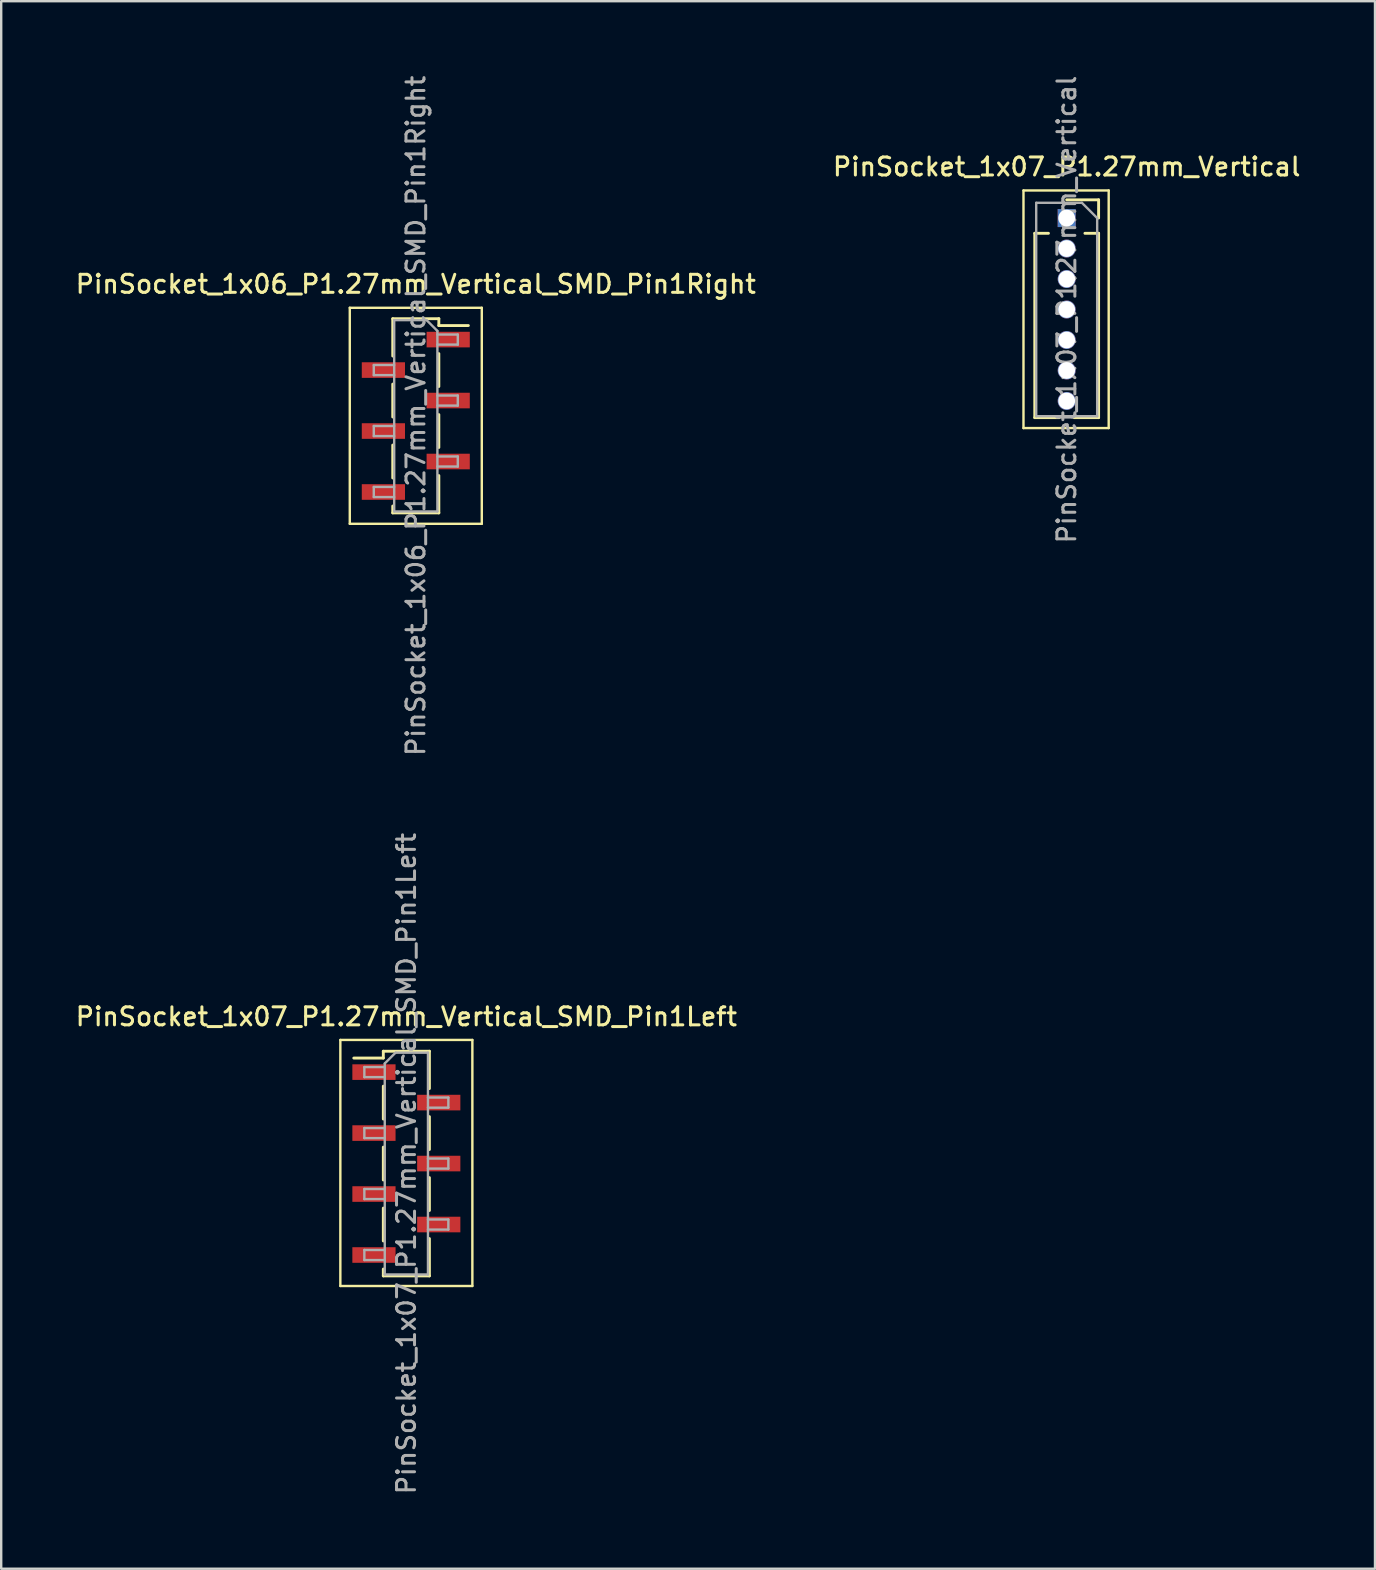
<source format=kicad_pcb>
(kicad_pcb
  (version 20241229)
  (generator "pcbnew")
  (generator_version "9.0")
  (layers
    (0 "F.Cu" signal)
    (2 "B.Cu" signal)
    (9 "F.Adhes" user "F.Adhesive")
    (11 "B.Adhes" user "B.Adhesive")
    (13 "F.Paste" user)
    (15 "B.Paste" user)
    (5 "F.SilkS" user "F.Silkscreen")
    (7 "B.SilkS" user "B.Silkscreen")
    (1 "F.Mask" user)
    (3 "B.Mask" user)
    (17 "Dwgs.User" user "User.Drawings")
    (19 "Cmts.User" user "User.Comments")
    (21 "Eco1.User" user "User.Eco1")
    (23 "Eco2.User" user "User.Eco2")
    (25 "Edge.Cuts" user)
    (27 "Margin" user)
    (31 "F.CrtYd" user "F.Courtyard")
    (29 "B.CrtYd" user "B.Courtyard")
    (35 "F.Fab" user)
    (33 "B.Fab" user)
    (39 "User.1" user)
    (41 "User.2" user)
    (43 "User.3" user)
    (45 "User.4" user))
  (footprint "PinSocket_1x06_P1.27mm_Vertical_SMD_Pin1Right"
    (layer "F.Cu")
    (at 14.273 14.273)
    (property "Reference" "PinSocket_1x06_P1.27mm_Vertical_SMD_Pin1Right" (at 0 -5.485 0) (layer "F.SilkS") (effects (font (size 0.75 0.75) (thickness 0.125))))
    (attr smd)
    (fp_line (start -2.75 -4.5) (end 2.75 -4.5) (stroke (width 0.1) (type solid)) (layer "F.SilkS"))
    (fp_line (start -2.75 4.5) (end -2.75 -4.5) (stroke (width 0.1) (type solid)) (layer "F.SilkS"))
    (fp_line (start -0.96 -4.045) (end -0.96 -2.49) (stroke (width 0.12) (type solid)) (layer "F.SilkS"))
    (fp_line (start -0.96 -4.045) (end 0.96 -4.045) (stroke (width 0.12) (type solid)) (layer "F.SilkS"))
    (fp_line (start -0.96 -1.32) (end -0.96 0.05) (stroke (width 0.12) (type solid)) (layer "F.SilkS"))
    (fp_line (start -0.96 1.22) (end -0.96 2.59) (stroke (width 0.12) (type solid)) (layer "F.SilkS"))
    (fp_line (start -0.96 3.76) (end -0.96 4.045) (stroke (width 0.12) (type solid)) (layer "F.SilkS"))
    (fp_line (start -0.96 4.045) (end 0.96 4.045) (stroke (width 0.12) (type solid)) (layer "F.SilkS"))
    (fp_line (start 0.96 -4.045) (end 0.96 -3.76) (stroke (width 0.12) (type solid)) (layer "F.SilkS"))
    (fp_line (start 0.96 -3.76) (end 2.19 -3.76) (stroke (width 0.12) (type solid)) (layer "F.SilkS"))
    (fp_line (start 0.96 -2.59) (end 0.96 -1.22) (stroke (width 0.12) (type solid)) (layer "F.SilkS"))
    (fp_line (start 0.96 -0.05) (end 0.96 1.32) (stroke (width 0.12) (type solid)) (layer "F.SilkS"))
    (fp_line (start 0.96 2.49) (end 0.96 4.045) (stroke (width 0.12) (type solid)) (layer "F.SilkS"))
    (fp_line (start 2.75 -4.5) (end 2.75 4.5) (stroke (width 0.1) (type solid)) (layer "F.SilkS"))
    (fp_line (start 2.75 4.5) (end -2.75 4.5) (stroke (width 0.1) (type solid)) (layer "F.SilkS"))
    (fp_line (start -1.75 -2.115) (end -0.9 -2.115) (stroke (width 0.1) (type solid)) (layer "F.Fab"))
    (fp_line (start -1.75 -1.695) (end -1.75 -2.115) (stroke (width 0.1) (type solid)) (layer "F.Fab"))
    (fp_line (start -1.75 0.425) (end -0.9 0.425) (stroke (width 0.1) (type solid)) (layer "F.Fab"))
    (fp_line (start -1.75 0.845) (end -1.75 0.425) (stroke (width 0.1) (type solid)) (layer "F.Fab"))
    (fp_line (start -1.75 2.965) (end -0.9 2.965) (stroke (width 0.1) (type solid)) (layer "F.Fab"))
    (fp_line (start -1.75 3.385) (end -1.75 2.965) (stroke (width 0.1) (type solid)) (layer "F.Fab"))
    (fp_line (start -0.9 -3.985) (end 0.45 -3.985) (stroke (width 0.1) (type solid)) (layer "F.Fab"))
    (fp_line (start -0.9 -1.695) (end -1.75 -1.695) (stroke (width 0.1) (type solid)) (layer "F.Fab"))
    (fp_line (start -0.9 0.845) (end -1.75 0.845) (stroke (width 0.1) (type solid)) (layer "F.Fab"))
    (fp_line (start -0.9 3.385) (end -1.75 3.385) (stroke (width 0.1) (type solid)) (layer "F.Fab"))
    (fp_line (start -0.9 3.985) (end -0.9 -3.985) (stroke (width 0.1) (type solid)) (layer "F.Fab"))
    (fp_line (start 0.45 -3.985) (end 0.9 -3.535) (stroke (width 0.1) (type solid)) (layer "F.Fab"))
    (fp_line (start 0.9 -3.535) (end 0.9 3.985) (stroke (width 0.1) (type solid)) (layer "F.Fab"))
    (fp_line (start 0.9 -3.385) (end 1.75 -3.385) (stroke (width 0.1) (type solid)) (layer "F.Fab"))
    (fp_line (start 0.9 -0.845) (end 1.75 -0.845) (stroke (width 0.1) (type solid)) (layer "F.Fab"))
    (fp_line (start 0.9 1.695) (end 1.75 1.695) (stroke (width 0.1) (type solid)) (layer "F.Fab"))
    (fp_line (start 0.9 3.985) (end -0.9 3.985) (stroke (width 0.1) (type solid)) (layer "F.Fab"))
    (fp_line (start 1.75 -3.385) (end 1.75 -2.965) (stroke (width 0.1) (type solid)) (layer "F.Fab"))
    (fp_line (start 1.75 -2.965) (end 0.9 -2.965) (stroke (width 0.1) (type solid)) (layer "F.Fab"))
    (fp_line (start 1.75 -0.845) (end 1.75 -0.425) (stroke (width 0.1) (type solid)) (layer "F.Fab"))
    (fp_line (start 1.75 -0.425) (end 0.9 -0.425) (stroke (width 0.1) (type solid)) (layer "F.Fab"))
    (fp_line (start 1.75 1.695) (end 1.75 2.115) (stroke (width 0.1) (type solid)) (layer "F.Fab"))
    (fp_line (start 1.75 2.115) (end 0.9 2.115) (stroke (width 0.1) (type solid)) (layer "F.Fab"))
    (fp_text user "${REFERENCE}" (at 0 0 90) (layer "F.Fab") (effects (font (size 0.75 0.75) (thickness 0.125))))
    (pad "1" smd rect (at 1.35 -3.175) (size 1.8 0.65) (layers "F.Cu" "F.Mask" "F.Paste"))
    (pad "2" smd rect (at -1.35 -1.905) (size 1.8 0.65) (layers "F.Cu" "F.Mask" "F.Paste"))
    (pad "3" smd rect (at 1.35 -0.635) (size 1.8 0.65) (layers "F.Cu" "F.Mask" "F.Paste"))
    (pad "4" smd rect (at -1.35 0.635) (size 1.8 0.65) (layers "F.Cu" "F.Mask" "F.Paste"))
    (pad "5" smd rect (at 1.35 1.905) (size 1.8 0.65) (layers "F.Cu" "F.Mask" "F.Paste"))
    (pad "6" smd rect (at -1.35 3.175) (size 1.8 0.65) (layers "F.Cu" "F.Mask" "F.Paste")))
  (footprint "PinSocket_1x07_P1.27mm_Vertical"
    (layer "F.Cu")
    (at 41.391 6.035)
    (property "Reference" "PinSocket_1x07_P1.27mm_Vertical" (at 0 -2.135 0) (layer "F.SilkS") (effects (font (size 0.75 0.75) (thickness 0.125))))
    (attr through_hole)
    (fp_line (start -1.8 -1.15) (end 1.75 -1.15) (stroke (width 0.1) (type solid)) (layer "F.SilkS"))
    (fp_line (start -1.8 8.75) (end -1.8 -1.15) (stroke (width 0.1) (type solid)) (layer "F.SilkS"))
    (fp_line (start -1.33 0.635) (end -1.33 8.315) (stroke (width 0.12) (type solid)) (layer "F.SilkS"))
    (fp_line (start -1.33 0.635) (end -0.76 0.635) (stroke (width 0.12) (type solid)) (layer "F.SilkS"))
    (fp_line (start -1.33 8.315) (end -0.308 8.315) (stroke (width 0.12) (type solid)) (layer "F.SilkS"))
    (fp_line (start 0 -0.76) (end 1.33 -0.76) (stroke (width 0.12) (type solid)) (layer "F.SilkS"))
    (fp_line (start 0.308 8.315) (end 1.33 8.315) (stroke (width 0.12) (type solid)) (layer "F.SilkS"))
    (fp_line (start 0.76 0.635) (end 1.33 0.635) (stroke (width 0.12) (type solid)) (layer "F.SilkS"))
    (fp_line (start 1.33 -0.76) (end 1.33 0) (stroke (width 0.12) (type solid)) (layer "F.SilkS"))
    (fp_line (start 1.33 0.635) (end 1.33 8.315) (stroke (width 0.12) (type solid)) (layer "F.SilkS"))
    (fp_line (start 1.75 -1.15) (end 1.75 8.75) (stroke (width 0.1) (type solid)) (layer "F.SilkS"))
    (fp_line (start 1.75 8.75) (end -1.8 8.75) (stroke (width 0.1) (type solid)) (layer "F.SilkS"))
    (fp_line (start -1.27 -0.635) (end 0.635 -0.635) (stroke (width 0.1) (type solid)) (layer "F.Fab"))
    (fp_line (start -1.27 8.255) (end -1.27 -0.635) (stroke (width 0.1) (type solid)) (layer "F.Fab"))
    (fp_line (start 0.635 -0.635) (end 1.27 0) (stroke (width 0.1) (type solid)) (layer "F.Fab"))
    (fp_line (start 1.27 0) (end 1.27 8.255) (stroke (width 0.1) (type solid)) (layer "F.Fab"))
    (fp_line (start 1.27 8.255) (end -1.27 8.255) (stroke (width 0.1) (type solid)) (layer "F.Fab"))
    (fp_text user "${REFERENCE}" (at 0 3.81 90) (layer "F.Fab") (effects (font (size 0.75 0.75) (thickness 0.125))))
    (pad "1" thru_hole rect (at 0 0) (size 0.75 0.75) (drill 0.7) (layers "*.Cu" "*.Mask"))
    (pad "2" thru_hole oval (at 0 1.27) (size 0.75 0.75) (drill 0.7) (layers "*.Cu" "*.Mask"))
    (pad "3" thru_hole oval (at 0 2.54) (size 0.75 0.75) (drill 0.7) (layers "*.Cu" "*.Mask"))
    (pad "4" thru_hole oval (at 0 3.81) (size 0.75 0.75) (drill 0.7) (layers "*.Cu" "*.Mask"))
    (pad "5" thru_hole oval (at 0 5.08) (size 0.75 0.75) (drill 0.7) (layers "*.Cu" "*.Mask"))
    (pad "6" thru_hole oval (at 0 6.35) (size 0.75 0.75) (drill 0.7) (layers "*.Cu" "*.Mask"))
    (pad "7" thru_hole oval (at 0 7.62) (size 0.75 0.75) (drill 0.7) (layers "*.Cu" "*.Mask")))
  (footprint "PinSocket_1x07_P1.27mm_Vertical_SMD_Pin1Left"
    (layer "F.Cu")
    (at 13.88 45.427)
    (property "Reference" "PinSocket_1x07_P1.27mm_Vertical_SMD_Pin1Left" (at 0 -6.12 0) (layer "F.SilkS") (effects (font (size 0.75 0.75) (thickness 0.125))))
    (attr smd)
    (fp_line (start -2.75 -5.15) (end 2.75 -5.15) (stroke (width 0.1) (type solid)) (layer "F.SilkS"))
    (fp_line (start -2.75 5.1) (end -2.75 -5.15) (stroke (width 0.1) (type solid)) (layer "F.SilkS"))
    (fp_line (start -2.19 -4.395) (end -0.96 -4.395) (stroke (width 0.12) (type solid)) (layer "F.SilkS"))
    (fp_line (start -0.96 -4.68) (end -0.96 -4.395) (stroke (width 0.12) (type solid)) (layer "F.SilkS"))
    (fp_line (start -0.96 -4.68) (end 0.96 -4.68) (stroke (width 0.12) (type solid)) (layer "F.SilkS"))
    (fp_line (start -0.96 -3.225) (end -0.96 -1.855) (stroke (width 0.12) (type solid)) (layer "F.SilkS"))
    (fp_line (start -0.96 -0.685) (end -0.96 0.685) (stroke (width 0.12) (type solid)) (layer "F.SilkS"))
    (fp_line (start -0.96 1.855) (end -0.96 3.225) (stroke (width 0.12) (type solid)) (layer "F.SilkS"))
    (fp_line (start -0.96 4.395) (end -0.96 4.68) (stroke (width 0.12) (type solid)) (layer "F.SilkS"))
    (fp_line (start -0.96 4.68) (end 0.96 4.68) (stroke (width 0.12) (type solid)) (layer "F.SilkS"))
    (fp_line (start 0.96 -4.68) (end 0.96 -3.125) (stroke (width 0.12) (type solid)) (layer "F.SilkS"))
    (fp_line (start 0.96 -1.955) (end 0.96 -0.585) (stroke (width 0.12) (type solid)) (layer "F.SilkS"))
    (fp_line (start 0.96 0.585) (end 0.96 1.955) (stroke (width 0.12) (type solid)) (layer "F.SilkS"))
    (fp_line (start 0.96 3.125) (end 0.96 4.68) (stroke (width 0.12) (type solid)) (layer "F.SilkS"))
    (fp_line (start 2.75 -5.15) (end 2.75 5.1) (stroke (width 0.1) (type solid)) (layer "F.SilkS"))
    (fp_line (start 2.75 5.1) (end -2.75 5.1) (stroke (width 0.1) (type solid)) (layer "F.SilkS"))
    (fp_line (start -1.75 -4.02) (end -0.9 -4.02) (stroke (width 0.1) (type solid)) (layer "F.Fab"))
    (fp_line (start -1.75 -3.6) (end -1.75 -4.02) (stroke (width 0.1) (type solid)) (layer "F.Fab"))
    (fp_line (start -1.75 -1.48) (end -0.9 -1.48) (stroke (width 0.1) (type solid)) (layer "F.Fab"))
    (fp_line (start -1.75 -1.06) (end -1.75 -1.48) (stroke (width 0.1) (type solid)) (layer "F.Fab"))
    (fp_line (start -1.75 1.06) (end -0.9 1.06) (stroke (width 0.1) (type solid)) (layer "F.Fab"))
    (fp_line (start -1.75 1.48) (end -1.75 1.06) (stroke (width 0.1) (type solid)) (layer "F.Fab"))
    (fp_line (start -1.75 3.6) (end -0.9 3.6) (stroke (width 0.1) (type solid)) (layer "F.Fab"))
    (fp_line (start -1.75 4.02) (end -1.75 3.6) (stroke (width 0.1) (type solid)) (layer "F.Fab"))
    (fp_line (start -0.9 -4.17) (end -0.45 -4.62) (stroke (width 0.1) (type solid)) (layer "F.Fab"))
    (fp_line (start -0.9 -3.6) (end -1.75 -3.6) (stroke (width 0.1) (type solid)) (layer "F.Fab"))
    (fp_line (start -0.9 -1.06) (end -1.75 -1.06) (stroke (width 0.1) (type solid)) (layer "F.Fab"))
    (fp_line (start -0.9 1.48) (end -1.75 1.48) (stroke (width 0.1) (type solid)) (layer "F.Fab"))
    (fp_line (start -0.9 4.02) (end -1.75 4.02) (stroke (width 0.1) (type solid)) (layer "F.Fab"))
    (fp_line (start -0.9 4.62) (end -0.9 -4.17) (stroke (width 0.1) (type solid)) (layer "F.Fab"))
    (fp_line (start -0.45 -4.62) (end 0.9 -4.62) (stroke (width 0.1) (type solid)) (layer "F.Fab"))
    (fp_line (start 0.9 -4.62) (end 0.9 4.62) (stroke (width 0.1) (type solid)) (layer "F.Fab"))
    (fp_line (start 0.9 -2.75) (end 1.75 -2.75) (stroke (width 0.1) (type solid)) (layer "F.Fab"))
    (fp_line (start 0.9 -0.21) (end 1.75 -0.21) (stroke (width 0.1) (type solid)) (layer "F.Fab"))
    (fp_line (start 0.9 2.33) (end 1.75 2.33) (stroke (width 0.1) (type solid)) (layer "F.Fab"))
    (fp_line (start 0.9 4.62) (end -0.9 4.62) (stroke (width 0.1) (type solid)) (layer "F.Fab"))
    (fp_line (start 1.75 -2.75) (end 1.75 -2.33) (stroke (width 0.1) (type solid)) (layer "F.Fab"))
    (fp_line (start 1.75 -2.33) (end 0.9 -2.33) (stroke (width 0.1) (type solid)) (layer "F.Fab"))
    (fp_line (start 1.75 -0.21) (end 1.75 0.21) (stroke (width 0.1) (type solid)) (layer "F.Fab"))
    (fp_line (start 1.75 0.21) (end 0.9 0.21) (stroke (width 0.1) (type solid)) (layer "F.Fab"))
    (fp_line (start 1.75 2.33) (end 1.75 2.75) (stroke (width 0.1) (type solid)) (layer "F.Fab"))
    (fp_line (start 1.75 2.75) (end 0.9 2.75) (stroke (width 0.1) (type solid)) (layer "F.Fab"))
    (fp_text user "${REFERENCE}" (at 0 0 90) (layer "F.Fab") (effects (font (size 0.75 0.75) (thickness 0.125))))
    (pad "1" smd rect (at -1.35 -3.81) (size 1.8 0.65) (layers "F.Cu" "F.Mask" "F.Paste"))
    (pad "2" smd rect (at 1.35 -2.54) (size 1.8 0.65) (layers "F.Cu" "F.Mask" "F.Paste"))
    (pad "3" smd rect (at -1.35 -1.27) (size 1.8 0.65) (layers "F.Cu" "F.Mask" "F.Paste"))
    (pad "4" smd rect (at 1.35 0) (size 1.8 0.65) (layers "F.Cu" "F.Mask" "F.Paste"))
    (pad "5" smd rect (at -1.35 1.27) (size 1.8 0.65) (layers "F.Cu" "F.Mask" "F.Paste"))
    (pad "6" smd rect (at 1.35 2.54) (size 1.8 0.65) (layers "F.Cu" "F.Mask" "F.Paste"))
    (pad "7" smd rect (at -1.35 3.81) (size 1.8 0.65) (layers "F.Cu" "F.Mask" "F.Paste")))
  (gr_rect
    (start -3 -3)
    (end 54.236 62.307)
    (stroke (width 0.1) (type default))
    (fill no)
    (layer "Edge.Cuts")))
</source>
